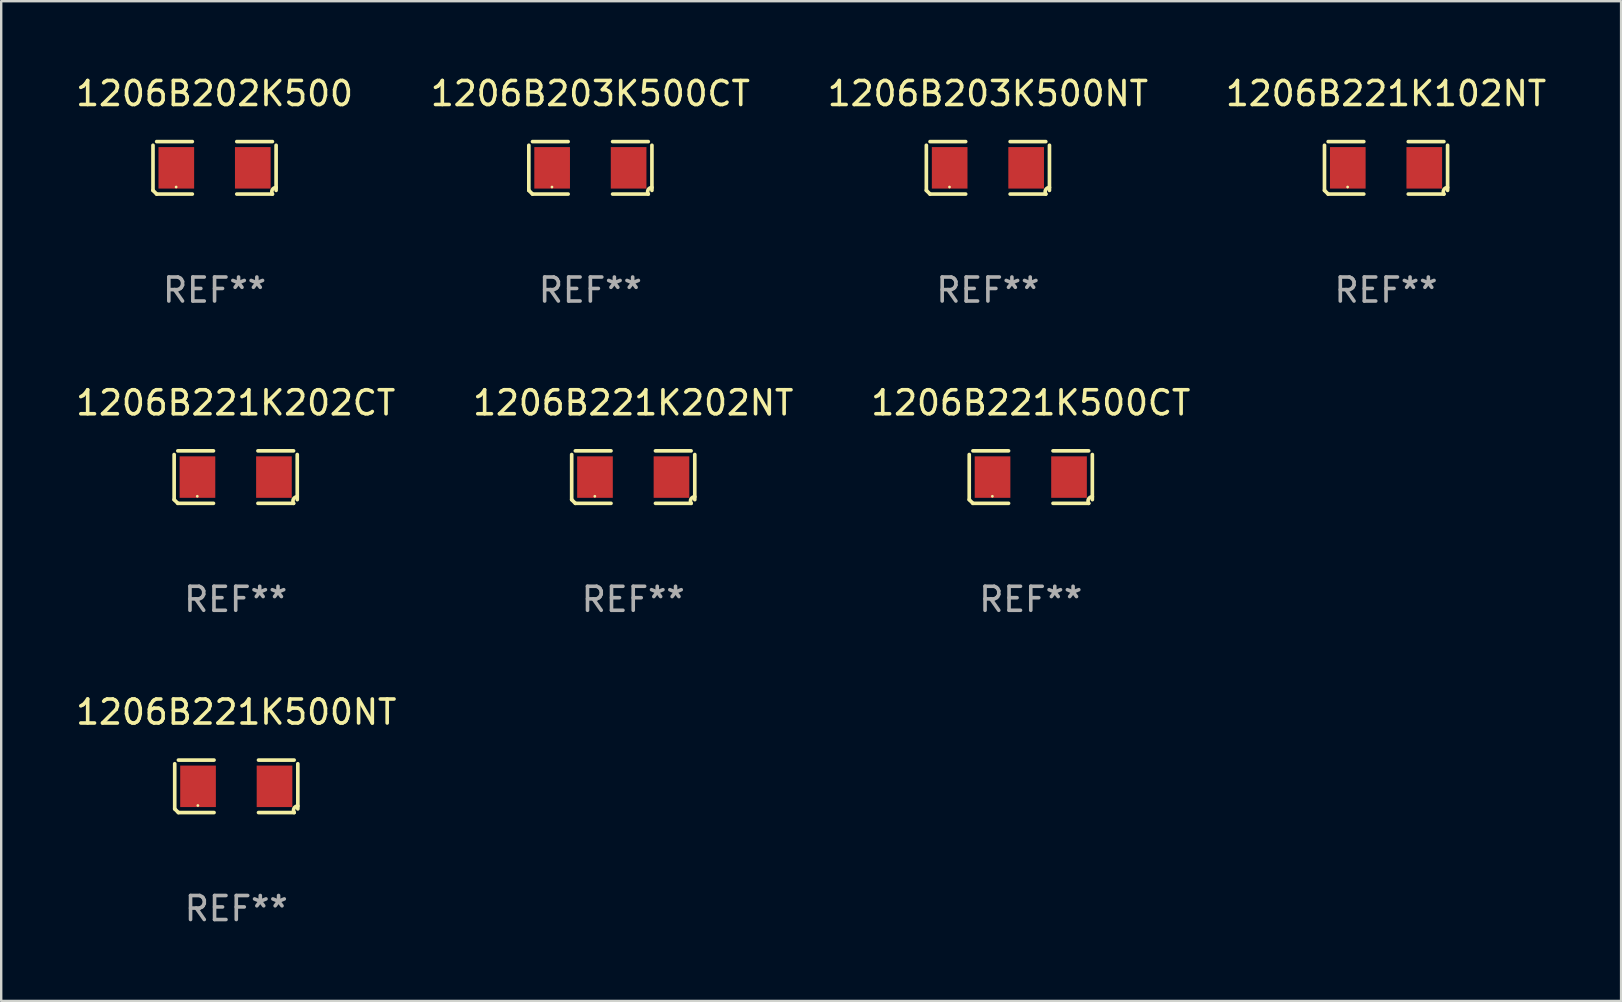
<source format=kicad_pcb>
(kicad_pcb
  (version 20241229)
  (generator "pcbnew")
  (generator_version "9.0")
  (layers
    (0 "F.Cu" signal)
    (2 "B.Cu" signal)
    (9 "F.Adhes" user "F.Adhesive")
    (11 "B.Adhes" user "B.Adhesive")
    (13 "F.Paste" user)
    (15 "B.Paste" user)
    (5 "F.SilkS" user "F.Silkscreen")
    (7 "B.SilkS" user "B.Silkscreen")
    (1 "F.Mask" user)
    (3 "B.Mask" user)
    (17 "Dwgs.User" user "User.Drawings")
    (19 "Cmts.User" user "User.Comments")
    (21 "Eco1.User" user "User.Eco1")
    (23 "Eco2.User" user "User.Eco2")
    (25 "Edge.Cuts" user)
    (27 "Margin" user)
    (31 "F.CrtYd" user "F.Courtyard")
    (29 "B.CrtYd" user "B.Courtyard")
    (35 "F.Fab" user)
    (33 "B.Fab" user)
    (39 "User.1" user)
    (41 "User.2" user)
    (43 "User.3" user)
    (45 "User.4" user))
  (footprint "1206B203K500CT"
    (layer "F.Cu")
    (at 21.542 3.941)
    (property "Reference" "1206B203K500CT" (at 0 -3.093 0) (layer "F.SilkS") (effects (font (size 1 1) (thickness 0.15))))
    (attr through_hole)
    (fp_line (start -2.564 0.94) (end -2.564 -0.94) (stroke (width 0.152) (type solid)) (layer "F.SilkS"))
    (fp_line (start -2.411 -1.093) (end -0.926 -1.093) (stroke (width 0.152) (type solid)) (layer "F.SilkS"))
    (fp_line (start -0.926 1.093) (end -2.411 1.093) (stroke (width 0.152) (type solid)) (layer "F.SilkS"))
    (fp_line (start 0.926 1.093) (end 2.411 1.093) (stroke (width 0.152) (type solid)) (layer "F.SilkS"))
    (fp_line (start 2.411 -1.093) (end 0.926 -1.093) (stroke (width 0.152) (type solid)) (layer "F.SilkS"))
    (fp_line (start 2.564 0.94) (end 2.564 -0.94) (stroke (width 0.152) (type solid)) (layer "F.SilkS"))
    (fp_arc (start -2.411201 1.092609) (mid -2.487413 1.01642) (end -2.563602 0.940208) (stroke (width 0.1524) (type solid)) (layer "F.SilkS"))
    (fp_arc (start 2.411201 1.092609) (mid 2.407159 0.911226) (end 2.563602 0.819347) (stroke (width 0.1524) (type solid)) (layer "F.SilkS"))
    (fp_circle (center -1.6 0.8) (end -1.57 0.8) (stroke (width 0.06) (type solid)) (fill no) (layer "F.SilkS"))
    (fp_text user "REF**" (at 0 5.093 0) (layer "F.Fab") (effects (font (size 1 1) (thickness 0.15))))
    (pad "1" smd rect (at -1.593 0) (size 1.485 1.728) (layers "F.Cu" "F.Mask" "F.Paste"))
    (pad "2" smd rect (at 1.593 0) (size 1.485 1.728) (layers "F.Cu" "F.Mask" "F.Paste")))
  (footprint "1206B202K500"
    (layer "F.Cu")
    (at 5.887 3.941)
    (property "Reference" "1206B202K500" (at 0 -3.093 0) (layer "F.SilkS") (effects (font (size 1 1) (thickness 0.15))))
    (attr through_hole)
    (fp_line (start -2.564 0.94) (end -2.564 -0.94) (stroke (width 0.152) (type solid)) (layer "F.SilkS"))
    (fp_line (start -2.411 -1.093) (end -0.926 -1.093) (stroke (width 0.152) (type solid)) (layer "F.SilkS"))
    (fp_line (start -0.926 1.093) (end -2.411 1.093) (stroke (width 0.152) (type solid)) (layer "F.SilkS"))
    (fp_line (start 0.926 1.093) (end 2.411 1.093) (stroke (width 0.152) (type solid)) (layer "F.SilkS"))
    (fp_line (start 2.411 -1.093) (end 0.926 -1.093) (stroke (width 0.152) (type solid)) (layer "F.SilkS"))
    (fp_line (start 2.564 0.94) (end 2.564 -0.94) (stroke (width 0.152) (type solid)) (layer "F.SilkS"))
    (fp_arc (start -2.411201 1.092609) (mid -2.487413 1.01642) (end -2.563602 0.940208) (stroke (width 0.1524) (type solid)) (layer "F.SilkS"))
    (fp_arc (start 2.411201 1.092609) (mid 2.407159 0.911226) (end 2.563602 0.819347) (stroke (width 0.1524) (type solid)) (layer "F.SilkS"))
    (fp_circle (center -1.6 0.8) (end -1.57 0.8) (stroke (width 0.06) (type solid)) (fill no) (layer "F.SilkS"))
    (fp_text user "REF**" (at 0 5.093 0) (layer "F.Fab") (effects (font (size 1 1) (thickness 0.15))))
    (pad "1" smd rect (at -1.593 0) (size 1.485 1.728) (layers "F.Cu" "F.Mask" "F.Paste"))
    (pad "2" smd rect (at 1.593 0) (size 1.485 1.728) (layers "F.Cu" "F.Mask" "F.Paste")))
  (footprint "1206B221K102NT"
    (layer "F.Cu")
    (at 54.685 3.941)
    (property "Reference" "1206B221K102NT" (at 0 -3.093 0) (layer "F.SilkS") (effects (font (size 1 1) (thickness 0.15))))
    (attr through_hole)
    (fp_line (start -2.564 0.94) (end -2.564 -0.94) (stroke (width 0.152) (type solid)) (layer "F.SilkS"))
    (fp_line (start -2.411 -1.093) (end -0.926 -1.093) (stroke (width 0.152) (type solid)) (layer "F.SilkS"))
    (fp_line (start -0.926 1.093) (end -2.411 1.093) (stroke (width 0.152) (type solid)) (layer "F.SilkS"))
    (fp_line (start 0.926 1.093) (end 2.411 1.093) (stroke (width 0.152) (type solid)) (layer "F.SilkS"))
    (fp_line (start 2.411 -1.093) (end 0.926 -1.093) (stroke (width 0.152) (type solid)) (layer "F.SilkS"))
    (fp_line (start 2.564 0.94) (end 2.564 -0.94) (stroke (width 0.152) (type solid)) (layer "F.SilkS"))
    (fp_arc (start -2.411201 1.092609) (mid -2.487413 1.01642) (end -2.563602 0.940208) (stroke (width 0.1524) (type solid)) (layer "F.SilkS"))
    (fp_arc (start 2.411201 1.092609) (mid 2.407159 0.911226) (end 2.563602 0.819347) (stroke (width 0.1524) (type solid)) (layer "F.SilkS"))
    (fp_circle (center -1.6 0.8) (end -1.57 0.8) (stroke (width 0.06) (type solid)) (fill no) (layer "F.SilkS"))
    (fp_text user "REF**" (at 0 5.093 0) (layer "F.Fab") (effects (font (size 1 1) (thickness 0.15))))
    (pad "1" smd rect (at -1.593 0) (size 1.485 1.728) (layers "F.Cu" "F.Mask" "F.Paste"))
    (pad "2" smd rect (at 1.593 0) (size 1.485 1.728) (layers "F.Cu" "F.Mask" "F.Paste")))
  (footprint "1206B221K202CT"
    (layer "F.Cu")
    (at 6.768 16.823)
    (property "Reference" "1206B221K202CT" (at 0 -3.093 0) (layer "F.SilkS") (effects (font (size 1 1) (thickness 0.15))))
    (attr through_hole)
    (fp_line (start -2.564 0.94) (end -2.564 -0.94) (stroke (width 0.152) (type solid)) (layer "F.SilkS"))
    (fp_line (start -2.411 -1.093) (end -0.926 -1.093) (stroke (width 0.152) (type solid)) (layer "F.SilkS"))
    (fp_line (start -0.926 1.093) (end -2.411 1.093) (stroke (width 0.152) (type solid)) (layer "F.SilkS"))
    (fp_line (start 0.926 1.093) (end 2.411 1.093) (stroke (width 0.152) (type solid)) (layer "F.SilkS"))
    (fp_line (start 2.411 -1.093) (end 0.926 -1.093) (stroke (width 0.152) (type solid)) (layer "F.SilkS"))
    (fp_line (start 2.564 0.94) (end 2.564 -0.94) (stroke (width 0.152) (type solid)) (layer "F.SilkS"))
    (fp_arc (start -2.411201 1.092609) (mid -2.487413 1.01642) (end -2.563602 0.940208) (stroke (width 0.1524) (type solid)) (layer "F.SilkS"))
    (fp_arc (start 2.411201 1.092609) (mid 2.407159 0.911226) (end 2.563602 0.819347) (stroke (width 0.1524) (type solid)) (layer "F.SilkS"))
    (fp_circle (center -1.6 0.8) (end -1.57 0.8) (stroke (width 0.06) (type solid)) (fill no) (layer "F.SilkS"))
    (fp_text user "REF**" (at 0 5.093 0) (layer "F.Fab") (effects (font (size 1 1) (thickness 0.15))))
    (pad "1" smd rect (at -1.593 0) (size 1.485 1.728) (layers "F.Cu" "F.Mask" "F.Paste"))
    (pad "2" smd rect (at 1.593 0) (size 1.485 1.728) (layers "F.Cu" "F.Mask" "F.Paste")))
  (footprint "1206B221K202NT"
    (layer "F.Cu")
    (at 23.327 16.823)
    (property "Reference" "1206B221K202NT" (at 0 -3.093 0) (layer "F.SilkS") (effects (font (size 1 1) (thickness 0.15))))
    (attr through_hole)
    (fp_line (start -2.564 0.94) (end -2.564 -0.94) (stroke (width 0.152) (type solid)) (layer "F.SilkS"))
    (fp_line (start -2.411 -1.093) (end -0.926 -1.093) (stroke (width 0.152) (type solid)) (layer "F.SilkS"))
    (fp_line (start -0.926 1.093) (end -2.411 1.093) (stroke (width 0.152) (type solid)) (layer "F.SilkS"))
    (fp_line (start 0.926 1.093) (end 2.411 1.093) (stroke (width 0.152) (type solid)) (layer "F.SilkS"))
    (fp_line (start 2.411 -1.093) (end 0.926 -1.093) (stroke (width 0.152) (type solid)) (layer "F.SilkS"))
    (fp_line (start 2.564 0.94) (end 2.564 -0.94) (stroke (width 0.152) (type solid)) (layer "F.SilkS"))
    (fp_arc (start -2.411201 1.092609) (mid -2.487413 1.01642) (end -2.563602 0.940208) (stroke (width 0.1524) (type solid)) (layer "F.SilkS"))
    (fp_arc (start 2.411201 1.092609) (mid 2.407159 0.911226) (end 2.563602 0.819347) (stroke (width 0.1524) (type solid)) (layer "F.SilkS"))
    (fp_circle (center -1.6 0.8) (end -1.57 0.8) (stroke (width 0.06) (type solid)) (fill no) (layer "F.SilkS"))
    (fp_text user "REF**" (at 0 5.093 0) (layer "F.Fab") (effects (font (size 1 1) (thickness 0.15))))
    (pad "1" smd rect (at -1.593 0) (size 1.485 1.728) (layers "F.Cu" "F.Mask" "F.Paste"))
    (pad "2" smd rect (at 1.593 0) (size 1.485 1.728) (layers "F.Cu" "F.Mask" "F.Paste")))
  (footprint "1206B221K500NT"
    (layer "F.Cu")
    (at 6.792 29.704)
    (property "Reference" "1206B221K500NT" (at 0 -3.093 0) (layer "F.SilkS") (effects (font (size 1 1) (thickness 0.15))))
    (attr through_hole)
    (fp_line (start -2.564 0.94) (end -2.564 -0.94) (stroke (width 0.152) (type solid)) (layer "F.SilkS"))
    (fp_line (start -2.411 -1.093) (end -0.926 -1.093) (stroke (width 0.152) (type solid)) (layer "F.SilkS"))
    (fp_line (start -0.926 1.093) (end -2.411 1.093) (stroke (width 0.152) (type solid)) (layer "F.SilkS"))
    (fp_line (start 0.926 1.093) (end 2.411 1.093) (stroke (width 0.152) (type solid)) (layer "F.SilkS"))
    (fp_line (start 2.411 -1.093) (end 0.926 -1.093) (stroke (width 0.152) (type solid)) (layer "F.SilkS"))
    (fp_line (start 2.564 0.94) (end 2.564 -0.94) (stroke (width 0.152) (type solid)) (layer "F.SilkS"))
    (fp_arc (start -2.411201 1.092609) (mid -2.487413 1.01642) (end -2.563602 0.940208) (stroke (width 0.1524) (type solid)) (layer "F.SilkS"))
    (fp_arc (start 2.411201 1.092609) (mid 2.407159 0.911226) (end 2.563602 0.819347) (stroke (width 0.1524) (type solid)) (layer "F.SilkS"))
    (fp_circle (center -1.6 0.8) (end -1.57 0.8) (stroke (width 0.06) (type solid)) (fill no) (layer "F.SilkS"))
    (fp_text user "REF**" (at 0 5.093 0) (layer "F.Fab") (effects (font (size 1 1) (thickness 0.15))))
    (pad "1" smd rect (at -1.593 0) (size 1.485 1.728) (layers "F.Cu" "F.Mask" "F.Paste"))
    (pad "2" smd rect (at 1.593 0) (size 1.485 1.728) (layers "F.Cu" "F.Mask" "F.Paste")))
  (footprint "1206B221K500CT"
    (layer "F.Cu")
    (at 39.887 16.823)
    (property "Reference" "1206B221K500CT" (at 0 -3.093 0) (layer "F.SilkS") (effects (font (size 1 1) (thickness 0.15))))
    (attr through_hole)
    (fp_line (start -2.564 0.94) (end -2.564 -0.94) (stroke (width 0.152) (type solid)) (layer "F.SilkS"))
    (fp_line (start -2.411 -1.093) (end -0.926 -1.093) (stroke (width 0.152) (type solid)) (layer "F.SilkS"))
    (fp_line (start -0.926 1.093) (end -2.411 1.093) (stroke (width 0.152) (type solid)) (layer "F.SilkS"))
    (fp_line (start 0.926 1.093) (end 2.411 1.093) (stroke (width 0.152) (type solid)) (layer "F.SilkS"))
    (fp_line (start 2.411 -1.093) (end 0.926 -1.093) (stroke (width 0.152) (type solid)) (layer "F.SilkS"))
    (fp_line (start 2.564 0.94) (end 2.564 -0.94) (stroke (width 0.152) (type solid)) (layer "F.SilkS"))
    (fp_arc (start -2.411201 1.092609) (mid -2.487413 1.01642) (end -2.563602 0.940208) (stroke (width 0.1524) (type solid)) (layer "F.SilkS"))
    (fp_arc (start 2.411201 1.092609) (mid 2.407159 0.911226) (end 2.563602 0.819347) (stroke (width 0.1524) (type solid)) (layer "F.SilkS"))
    (fp_circle (center -1.6 0.8) (end -1.57 0.8) (stroke (width 0.06) (type solid)) (fill no) (layer "F.SilkS"))
    (fp_text user "REF**" (at 0 5.093 0) (layer "F.Fab") (effects (font (size 1 1) (thickness 0.15))))
    (pad "1" smd rect (at -1.593 0) (size 1.485 1.728) (layers "F.Cu" "F.Mask" "F.Paste"))
    (pad "2" smd rect (at 1.593 0) (size 1.485 1.728) (layers "F.Cu" "F.Mask" "F.Paste")))
  (footprint "1206B203K500NT"
    (layer "F.Cu")
    (at 38.101 3.941)
    (property "Reference" "1206B203K500NT" (at 0 -3.093 0) (layer "F.SilkS") (effects (font (size 1 1) (thickness 0.15))))
    (attr through_hole)
    (fp_line (start -2.564 0.94) (end -2.564 -0.94) (stroke (width 0.152) (type solid)) (layer "F.SilkS"))
    (fp_line (start -2.411 -1.093) (end -0.926 -1.093) (stroke (width 0.152) (type solid)) (layer "F.SilkS"))
    (fp_line (start -0.926 1.093) (end -2.411 1.093) (stroke (width 0.152) (type solid)) (layer "F.SilkS"))
    (fp_line (start 0.926 1.093) (end 2.411 1.093) (stroke (width 0.152) (type solid)) (layer "F.SilkS"))
    (fp_line (start 2.411 -1.093) (end 0.926 -1.093) (stroke (width 0.152) (type solid)) (layer "F.SilkS"))
    (fp_line (start 2.564 0.94) (end 2.564 -0.94) (stroke (width 0.152) (type solid)) (layer "F.SilkS"))
    (fp_arc (start -2.411201 1.092609) (mid -2.487413 1.01642) (end -2.563602 0.940208) (stroke (width 0.1524) (type solid)) (layer "F.SilkS"))
    (fp_arc (start 2.411201 1.092609) (mid 2.407159 0.911226) (end 2.563602 0.819347) (stroke (width 0.1524) (type solid)) (layer "F.SilkS"))
    (fp_circle (center -1.6 0.8) (end -1.57 0.8) (stroke (width 0.06) (type solid)) (fill no) (layer "F.SilkS"))
    (fp_text user "REF**" (at 0 5.093 0) (layer "F.Fab") (effects (font (size 1 1) (thickness 0.15))))
    (pad "1" smd rect (at -1.593 0) (size 1.485 1.728) (layers "F.Cu" "F.Mask" "F.Paste"))
    (pad "2" smd rect (at 1.593 0) (size 1.485 1.728) (layers "F.Cu" "F.Mask" "F.Paste")))
  (gr_rect
    (start -3 -3)
    (end 64.476 38.645)
    (stroke (width 0.1) (type default))
    (fill no)
    (layer "Edge.Cuts")))
</source>
